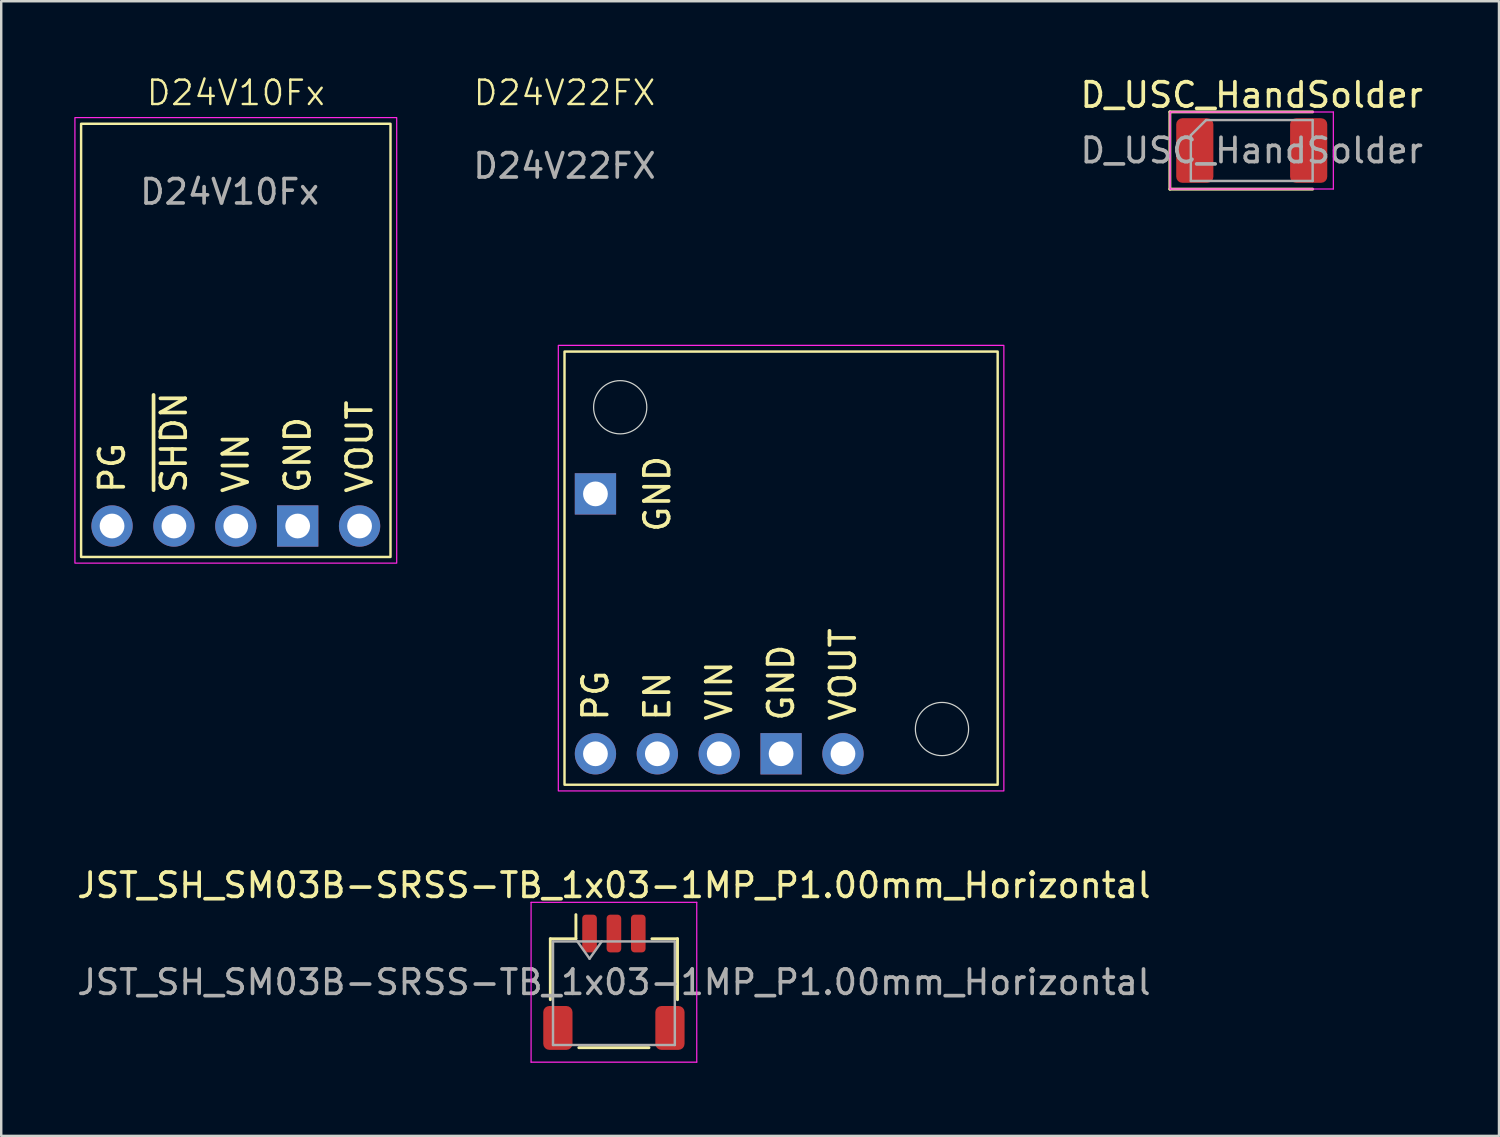
<source format=kicad_pcb>
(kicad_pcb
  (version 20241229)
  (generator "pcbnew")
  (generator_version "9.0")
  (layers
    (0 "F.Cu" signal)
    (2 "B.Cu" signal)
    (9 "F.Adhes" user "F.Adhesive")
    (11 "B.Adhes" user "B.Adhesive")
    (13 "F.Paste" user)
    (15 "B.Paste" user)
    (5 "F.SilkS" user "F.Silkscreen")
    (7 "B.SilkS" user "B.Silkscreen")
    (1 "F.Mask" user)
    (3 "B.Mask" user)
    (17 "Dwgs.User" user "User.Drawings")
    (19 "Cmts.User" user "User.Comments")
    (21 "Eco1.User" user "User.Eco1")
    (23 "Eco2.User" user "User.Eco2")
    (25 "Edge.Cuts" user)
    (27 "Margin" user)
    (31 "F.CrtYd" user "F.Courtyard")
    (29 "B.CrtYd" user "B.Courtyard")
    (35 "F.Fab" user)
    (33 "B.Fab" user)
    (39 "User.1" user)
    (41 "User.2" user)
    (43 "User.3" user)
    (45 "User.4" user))
  (footprint "D24V22FX"
    (layer "F.Cu")
    (at 20.121 29.16)
    (property "Reference" "D24V22FX" (at 0 -28.4 0) (unlocked yes) (layer "F.SilkS") (effects (font (size 1 1) (thickness 0.1))))
    (attr through_hole)
    (fp_rect (start 0 0) (end 17.78 -17.78) (stroke (width 0.1) (type default)) (fill no) (layer "F.SilkS"))
    (fp_circle (center 2.286 -15.494) (end 3.378 -15.494) (stroke (width 0.05) (type default)) (fill no) (layer "Edge.Cuts"))
    (fp_circle (center 15.494 -2.286) (end 16.586 -2.286) (stroke (width 0.05) (type default)) (fill no) (layer "Edge.Cuts"))
    (fp_rect (start -0.254 -18.034) (end 18.034 0.254) (stroke (width 0.05) (type default)) (fill no) (layer "F.CrtYd"))
    (fp_text user "PG" (at 1.27 -2.54 90) (unlocked yes) (layer "F.SilkS") (effects (font (size 1.016 1.016) (thickness 0.152)) (justify left)))
    (fp_text user "VIN" (at 6.35 -2.54 90) (unlocked yes) (layer "F.SilkS") (effects (font (size 1.016 1.016) (thickness 0.152)) (justify left)))
    (fp_text user "EN" (at 3.81 -2.54 90) (unlocked yes) (layer "F.SilkS") (effects (font (size 1.016 1.016) (thickness 0.152)) (justify left)))
    (fp_text user "GND" (at 8.89 -2.54 90) (unlocked yes) (layer "F.SilkS") (effects (font (size 1.016 1.016) (thickness 0.152)) (justify left)))
    (fp_text user "VOUT" (at 11.43 -2.54 90) (unlocked yes) (layer "F.SilkS") (effects (font (size 1.016 1.016) (thickness 0.152)) (justify left)))
    (fp_text user "GND" (at 3.81 -11.938 90) (unlocked yes) (layer "F.SilkS") (effects (font (size 1.016 1.016) (thickness 0.152))))
    (fp_text user "${REFERENCE}" (at 0 -25.4 0) (unlocked yes) (layer "F.Fab") (effects (font (size 1 1) (thickness 0.15))))
    (pad "1" thru_hole circle (at 1.27 -1.27) (size 1.695 1.695) (drill 1.016) (layers "*.Cu" "*.Mask"))
    (pad "2" thru_hole circle (at 3.81 -1.27) (size 1.695 1.695) (drill 1.016) (layers "*.Cu" "*.Mask"))
    (pad "3" thru_hole circle (at 6.35 -1.27) (size 1.695 1.695) (drill 1.016) (layers "*.Cu" "*.Mask"))
    (pad "4" thru_hole rect (at 8.89 -1.27) (size 1.695 1.695) (drill 1.016) (layers "*.Cu" "*.Mask"))
    (pad "5" thru_hole circle (at 11.43 -1.27) (size 1.695 1.695) (drill 1.016) (layers "*.Cu" "*.Mask"))
    (pad "6" thru_hole rect (at 1.27 -11.938) (size 1.695 1.695) (drill 1.016) (layers "*.Cu" "*.Mask")))
  (footprint "D_USC_HandSolder"
    (layer "F.Cu")
    (at 48.329 3.128)
    (property "Reference" "D_USC_HandSolder" (at 0 -2.28 0) (layer "F.SilkS") (effects (font (size 1 1) (thickness 0.15))))
    (attr smd)
    (fp_line (start -3.36 -1.585) (end -3.36 1.585) (stroke (width 0.12) (type solid)) (layer "F.SilkS"))
    (fp_line (start -3.36 1.585) (end 2.5 1.585) (stroke (width 0.12) (type solid)) (layer "F.SilkS"))
    (fp_line (start 2.5 -1.585) (end -3.36 -1.585) (stroke (width 0.12) (type solid)) (layer "F.SilkS"))
    (fp_line (start -3.35 -1.58) (end 3.35 -1.58) (stroke (width 0.05) (type solid)) (layer "F.CrtYd"))
    (fp_line (start -3.35 1.58) (end -3.35 -1.58) (stroke (width 0.05) (type solid)) (layer "F.CrtYd"))
    (fp_line (start 3.35 -1.58) (end 3.35 1.58) (stroke (width 0.05) (type solid)) (layer "F.CrtYd"))
    (fp_line (start 3.35 1.58) (end -3.35 1.58) (stroke (width 0.05) (type solid)) (layer "F.CrtYd"))
    (fp_line (start -2.5 -0.625) (end -2.5 1.25) (stroke (width 0.1) (type solid)) (layer "F.Fab"))
    (fp_line (start -2.5 1.25) (end 2.5 1.25) (stroke (width 0.1) (type solid)) (layer "F.Fab"))
    (fp_line (start -1.875 -1.25) (end -2.5 -0.625) (stroke (width 0.1) (type solid)) (layer "F.Fab"))
    (fp_line (start 2.5 -1.25) (end -1.875 -1.25) (stroke (width 0.1) (type solid)) (layer "F.Fab"))
    (fp_line (start 2.5 1.25) (end 2.5 -1.25) (stroke (width 0.1) (type solid)) (layer "F.Fab"))
    (fp_text user "${REFERENCE}" (at 0 0 0) (layer "F.Fab") (effects (font (size 1 1) (thickness 0.15))))
    (pad "1" smd roundrect (at -2.337 0) (size 1.525 2.65) (layers "F.Cu" "F.Mask" "F.Paste") (roundrect_rratio 0.164))
    (pad "2" smd roundrect (at 2.337 0) (size 1.525 2.65) (layers "F.Cu" "F.Mask" "F.Paste") (roundrect_rratio 0.164)))
  (footprint "JST_SH_SM03B-SRSS-TB_1x03-1MP_P1.00mm_Horizontal"
    (layer "F.Cu")
    (at 22.149 37.268)
    (property "Reference" "JST_SH_SM03B-SRSS-TB_1x03-1MP_P1.00mm_Horizontal" (at 0 -3.98 0) (layer "F.SilkS") (effects (font (size 1 1) (thickness 0.15))))
    (attr smd)
    (fp_line (start -2.61 -1.785) (end -1.56 -1.785) (stroke (width 0.12) (type solid)) (layer "F.SilkS"))
    (fp_line (start -2.61 0.715) (end -2.61 -1.785) (stroke (width 0.12) (type solid)) (layer "F.SilkS"))
    (fp_line (start -1.56 -1.785) (end -1.56 -2.775) (stroke (width 0.12) (type solid)) (layer "F.SilkS"))
    (fp_line (start -1.44 2.685) (end 1.44 2.685) (stroke (width 0.12) (type solid)) (layer "F.SilkS"))
    (fp_line (start 2.61 -1.785) (end 1.56 -1.785) (stroke (width 0.12) (type solid)) (layer "F.SilkS"))
    (fp_line (start 2.61 0.715) (end 2.61 -1.785) (stroke (width 0.12) (type solid)) (layer "F.SilkS"))
    (fp_line (start -3.4 -3.28) (end -3.4 3.28) (stroke (width 0.05) (type solid)) (layer "F.CrtYd"))
    (fp_line (start -3.4 3.28) (end 3.4 3.28) (stroke (width 0.05) (type solid)) (layer "F.CrtYd"))
    (fp_line (start 3.4 -3.28) (end -3.4 -3.28) (stroke (width 0.05) (type solid)) (layer "F.CrtYd"))
    (fp_line (start 3.4 3.28) (end 3.4 -3.28) (stroke (width 0.05) (type solid)) (layer "F.CrtYd"))
    (fp_line (start -2.5 -1.675) (end -2.5 2.575) (stroke (width 0.1) (type solid)) (layer "F.Fab"))
    (fp_line (start -2.5 -1.675) (end 2.5 -1.675) (stroke (width 0.1) (type solid)) (layer "F.Fab"))
    (fp_line (start -2.5 2.575) (end 2.5 2.575) (stroke (width 0.1) (type solid)) (layer "F.Fab"))
    (fp_line (start -1.5 -1.675) (end -1 -0.968) (stroke (width 0.1) (type solid)) (layer "F.Fab"))
    (fp_line (start -1 -0.968) (end -0.5 -1.675) (stroke (width 0.1) (type solid)) (layer "F.Fab"))
    (fp_line (start 2.5 -1.675) (end 2.5 2.575) (stroke (width 0.1) (type solid)) (layer "F.Fab"))
    (fp_text user "${REFERENCE}" (at 0 0 0) (layer "F.Fab") (effects (font (size 1 1) (thickness 0.15))))
    (pad "1" smd roundrect (at -1 -2) (size 0.6 1.55) (layers "F.Cu" "F.Mask" "F.Paste") (roundrect_rratio 0.25))
    (pad "2" smd roundrect (at 0 -2) (size 0.6 1.55) (layers "F.Cu" "F.Mask" "F.Paste") (roundrect_rratio 0.25))
    (pad "3" smd roundrect (at 1 -2) (size 0.6 1.55) (layers "F.Cu" "F.Mask" "F.Paste") (roundrect_rratio 0.25))
    (pad "MP" smd roundrect (at -2.3 1.875) (size 1.2 1.8) (layers "F.Cu" "F.Mask" "F.Paste") (roundrect_rratio 0.208))
    (pad "MP" smd roundrect (at 2.3 1.875) (size 1.2 1.8) (layers "F.Cu" "F.Mask" "F.Paste") (roundrect_rratio 0.208)))
  (footprint "D24V10Fx"
    (layer "F.Cu")
    (at 0.279 19.811)
    (property "Reference" "D24V10Fx" (at 6.35 -19.05 0) (unlocked yes) (layer "F.SilkS") (effects (font (size 1 1) (thickness 0.1))))
    (attr through_hole)
    (fp_rect (start 0 0) (end 12.7 -17.78) (stroke (width 0.1) (type default)) (fill no) (layer "F.SilkS"))
    (fp_rect (start -0.254 0.254) (end 12.954 -18.034) (stroke (width 0.05) (type default)) (fill no) (layer "F.CrtYd"))
    (fp_text user "VIN" (at 6.35 -2.54 90) (unlocked yes) (layer "F.SilkS") (effects (font (size 1.016 1.016) (thickness 0.152)) (justify left)))
    (fp_text user "GND" (at 8.89 -2.54 90) (unlocked yes) (layer "F.SilkS") (effects (font (size 1.016 1.016) (thickness 0.152)) (justify left)))
    (fp_text user "VOUT" (at 11.43 -2.54 90) (unlocked yes) (layer "F.SilkS") (effects (font (size 1.016 1.016) (thickness 0.152)) (justify left)))
    (fp_text user "~{SHDN}" (at 3.81 -2.54 90) (unlocked yes) (layer "F.SilkS") (effects (font (size 1.016 1.016) (thickness 0.152)) (justify left)))
    (fp_text user "PG" (at 1.27 -2.54 90) (unlocked yes) (layer "F.SilkS") (effects (font (size 1.016 1.016) (thickness 0.152)) (justify left)))
    (fp_text user "${REFERENCE}" (at 6.096 -14.986 0) (unlocked yes) (layer "F.Fab") (effects (font (size 1 1) (thickness 0.15))))
    (pad "1" thru_hole circle (at 1.27 -1.27) (size 1.695 1.695) (drill 1.016) (layers "*.Cu" "*.Mask"))
    (pad "2" thru_hole circle (at 3.81 -1.27) (size 1.695 1.695) (drill 1.016) (layers "*.Cu" "*.Mask"))
    (pad "3" thru_hole circle (at 6.35 -1.27) (size 1.695 1.695) (drill 1.016) (layers "*.Cu" "*.Mask"))
    (pad "4" thru_hole rect (at 8.89 -1.27) (size 1.695 1.695) (drill 1.016) (layers "*.Cu" "*.Mask"))
    (pad "5" thru_hole circle (at 11.43 -1.27) (size 1.695 1.695) (drill 1.016) (layers "*.Cu" "*.Mask")))
  (gr_rect
    (start -3 -3)
    (end 58.478 43.573)
    (stroke (width 0.1) (type default))
    (fill no)
    (layer "Edge.Cuts")))
</source>
